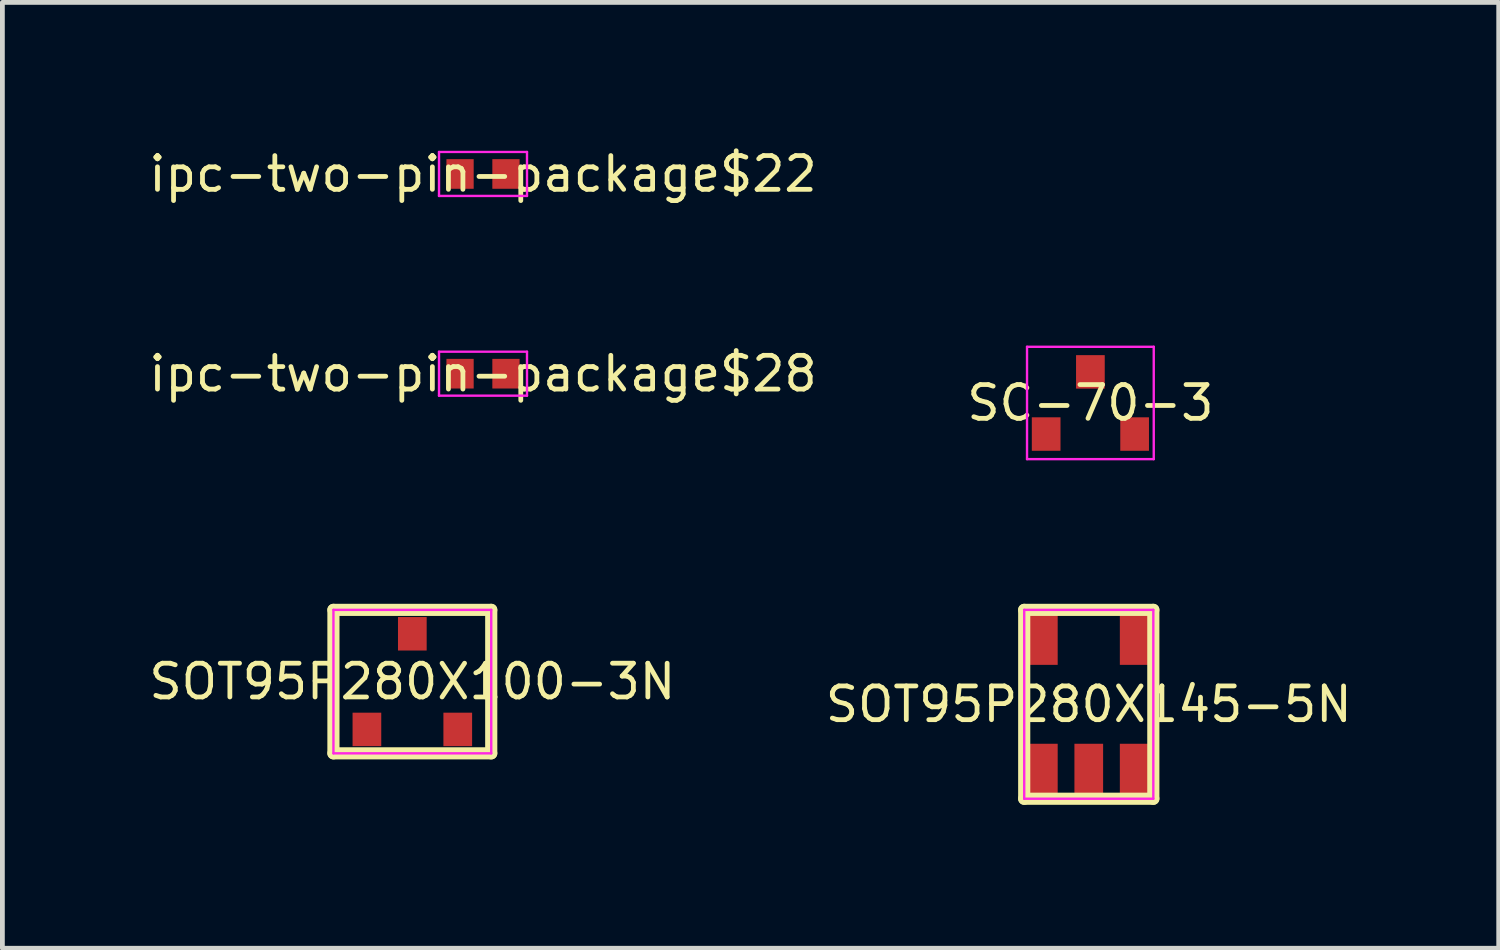
<source format=kicad_pcb>
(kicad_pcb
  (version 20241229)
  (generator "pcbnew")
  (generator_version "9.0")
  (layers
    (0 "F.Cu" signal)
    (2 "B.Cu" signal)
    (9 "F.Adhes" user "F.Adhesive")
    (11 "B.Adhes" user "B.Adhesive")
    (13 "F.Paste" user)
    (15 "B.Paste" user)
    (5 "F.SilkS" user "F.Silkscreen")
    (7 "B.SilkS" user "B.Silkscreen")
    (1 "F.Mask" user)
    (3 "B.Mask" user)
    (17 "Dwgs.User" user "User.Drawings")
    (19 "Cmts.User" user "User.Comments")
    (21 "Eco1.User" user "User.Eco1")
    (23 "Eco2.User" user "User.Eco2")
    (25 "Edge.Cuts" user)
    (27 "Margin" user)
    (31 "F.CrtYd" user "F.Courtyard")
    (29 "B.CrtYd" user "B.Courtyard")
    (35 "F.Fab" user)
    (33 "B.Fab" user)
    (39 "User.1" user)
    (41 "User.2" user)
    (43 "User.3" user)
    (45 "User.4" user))
  (footprint "ipc-two-pin-package$22"
    (layer "F.Cu")
    (at 7.051 0.588)
    (property "Reference" "ipc-two-pin-package$22" (at 0 0 0) (layer "F.SilkS") (effects (font (size 0.706 0.706) (thickness 0.1))))
    (attr through_hole)
    (fp_poly (pts (xy -0.765 0.31) (xy -0.195 0.31) (xy -0.195 -0.31) (xy -0.765 -0.31)) (stroke (width 0) (type solid)) (fill yes) (layer "F.Mask"))
    (fp_poly (pts (xy 0.195 0.31) (xy 0.765 0.31) (xy 0.765 -0.31) (xy 0.195 -0.31)) (stroke (width 0) (type solid)) (fill yes) (layer "F.Mask"))
    (fp_poly (pts (xy -0.765 0.31) (xy -0.195 0.31) (xy -0.195 -0.31) (xy -0.765 -0.31)) (stroke (width 0) (type solid)) (fill yes) (layer "F.Paste"))
    (fp_poly (pts (xy 0.195 0.31) (xy 0.765 0.31) (xy 0.765 -0.31) (xy 0.195 -0.31)) (stroke (width 0) (type solid)) (fill yes) (layer "F.Paste"))
    (fp_line (start -0.92 -0.46) (end -0.92 0.46) (stroke (width 0.05) (type solid)) (layer "F.CrtYd"))
    (fp_line (start -0.92 0.46) (end 0.92 0.46) (stroke (width 0.05) (type solid)) (layer "F.CrtYd"))
    (fp_line (start 0.92 -0.46) (end -0.92 -0.46) (stroke (width 0.05) (type solid)) (layer "F.CrtYd"))
    (fp_line (start 0.92 0.46) (end 0.92 -0.46) (stroke (width 0.05) (type solid)) (layer "F.CrtYd"))
    (pad "1" smd rect (at -0.48 0) (size 0.57 0.62) (layers "F.Cu"))
    (pad "2" smd rect (at 0.48 0) (size 0.57 0.62) (layers "F.Cu")))
  (footprint "SC-70-3"
    (layer "F.Cu")
    (at 19.753 5.377)
    (property "Reference" "SC-70-3" (at 0 0 0) (layer "F.SilkS") (effects (font (size 0.706 0.706) (thickness 0.1))))
    (attr through_hole)
    (fp_poly (pts (xy -1.225 1) (xy -0.625 1) (xy -0.625 0.3) (xy -1.225 0.3)) (stroke (width 0) (type solid)) (fill yes) (layer "F.Mask"))
    (fp_poly (pts (xy -0.3 -0.3) (xy 0.3 -0.3) (xy 0.3 -1) (xy -0.3 -1)) (stroke (width 0) (type solid)) (fill yes) (layer "F.Mask"))
    (fp_poly (pts (xy 0.625 1) (xy 1.225 1) (xy 1.225 0.3) (xy 0.625 0.3)) (stroke (width 0) (type solid)) (fill yes) (layer "F.Mask"))
    (fp_poly (pts (xy -1.225 1) (xy -0.625 1) (xy -0.625 0.3) (xy -1.225 0.3)) (stroke (width 0) (type solid)) (fill yes) (layer "F.Paste"))
    (fp_poly (pts (xy -0.3 -0.3) (xy 0.3 -0.3) (xy 0.3 -1) (xy -0.3 -1)) (stroke (width 0) (type solid)) (fill yes) (layer "F.Paste"))
    (fp_poly (pts (xy 0.625 1) (xy 1.225 1) (xy 1.225 0.3) (xy 0.625 0.3)) (stroke (width 0) (type solid)) (fill yes) (layer "F.Paste"))
    (fp_line (start -1.325 -1.175) (end -1.325 1.175) (stroke (width 0.05) (type solid)) (layer "F.CrtYd"))
    (fp_line (start -1.325 1.175) (end 1.325 1.175) (stroke (width 0.05) (type solid)) (layer "F.CrtYd"))
    (fp_line (start 1.325 -1.175) (end -1.325 -1.175) (stroke (width 0.05) (type solid)) (layer "F.CrtYd"))
    (fp_line (start 1.325 1.175) (end 1.325 -1.175) (stroke (width 0.05) (type solid)) (layer "F.CrtYd"))
    (pad "1" smd rect (at -0.925 0.65) (size 0.6 0.7) (layers "F.Cu"))
    (pad "2" smd rect (at 0.925 0.65) (size 0.6 0.7) (layers "F.Cu"))
    (pad "3" smd rect (at 0 -0.65) (size 0.6 0.7) (layers "F.Cu")))
  (footprint "ipc-two-pin-package$28"
    (layer "F.Cu")
    (at 7.051 4.765)
    (property "Reference" "ipc-two-pin-package$28" (at 0 0 0) (layer "F.SilkS") (effects (font (size 0.706 0.706) (thickness 0.1))))
    (attr through_hole)
    (fp_poly (pts (xy -0.765 0.31) (xy -0.195 0.31) (xy -0.195 -0.31) (xy -0.765 -0.31)) (stroke (width 0) (type solid)) (fill yes) (layer "F.Mask"))
    (fp_poly (pts (xy 0.195 0.31) (xy 0.765 0.31) (xy 0.765 -0.31) (xy 0.195 -0.31)) (stroke (width 0) (type solid)) (fill yes) (layer "F.Mask"))
    (fp_poly (pts (xy -0.765 0.31) (xy -0.195 0.31) (xy -0.195 -0.31) (xy -0.765 -0.31)) (stroke (width 0) (type solid)) (fill yes) (layer "F.Paste"))
    (fp_poly (pts (xy 0.195 0.31) (xy 0.765 0.31) (xy 0.765 -0.31) (xy 0.195 -0.31)) (stroke (width 0) (type solid)) (fill yes) (layer "F.Paste"))
    (fp_line (start -0.92 -0.46) (end -0.92 0.46) (stroke (width 0.05) (type solid)) (layer "F.CrtYd"))
    (fp_line (start -0.92 0.46) (end 0.92 0.46) (stroke (width 0.05) (type solid)) (layer "F.CrtYd"))
    (fp_line (start 0.92 -0.46) (end -0.92 -0.46) (stroke (width 0.05) (type solid)) (layer "F.CrtYd"))
    (fp_line (start 0.92 0.46) (end 0.92 -0.46) (stroke (width 0.05) (type solid)) (layer "F.CrtYd"))
    (pad "1" smd rect (at -0.48 0) (size 0.57 0.62) (layers "F.Cu"))
    (pad "2" smd rect (at 0.48 0) (size 0.57 0.62) (layers "F.Cu")))
  (footprint "SOT95P280X100-3N"
    (layer "F.Cu")
    (at 5.573 11.204)
    (property "Reference" "SOT95P280X100-3N" (at 0 0 0) (layer "F.SilkS") (effects (font (size 0.706 0.706) (thickness 0.1))))
    (attr through_hole)
    (fp_poly (pts (xy -1.25 1.35) (xy -0.65 1.35) (xy -0.65 0.65) (xy -1.25 0.65)) (stroke (width 0) (type solid)) (fill yes) (layer "F.Mask"))
    (fp_poly (pts (xy -0.3 -0.65) (xy 0.3 -0.65) (xy 0.3 -1.35) (xy -0.3 -1.35)) (stroke (width 0) (type solid)) (fill yes) (layer "F.Mask"))
    (fp_poly (pts (xy 0.65 1.35) (xy 1.25 1.35) (xy 1.25 0.65) (xy 0.65 0.65)) (stroke (width 0) (type solid)) (fill yes) (layer "F.Mask"))
    (fp_line (start -1.65 -1.5) (end -1.65 1.5) (stroke (width 0.254) (type solid)) (layer "F.SilkS"))
    (fp_line (start -1.65 1.5) (end 1.65 1.5) (stroke (width 0.254) (type solid)) (layer "F.SilkS"))
    (fp_line (start 1.65 -1.5) (end -1.65 -1.5) (stroke (width 0.254) (type solid)) (layer "F.SilkS"))
    (fp_line (start 1.65 1.5) (end 1.65 -1.5) (stroke (width 0.254) (type solid)) (layer "F.SilkS"))
    (fp_poly (pts (xy -1.25 1.35) (xy -0.65 1.35) (xy -0.65 0.65) (xy -1.25 0.65)) (stroke (width 0) (type solid)) (fill yes) (layer "F.Paste"))
    (fp_poly (pts (xy -0.3 -0.65) (xy 0.3 -0.65) (xy 0.3 -1.35) (xy -0.3 -1.35)) (stroke (width 0) (type solid)) (fill yes) (layer "F.Paste"))
    (fp_poly (pts (xy 0.65 1.35) (xy 1.25 1.35) (xy 1.25 0.65) (xy 0.65 0.65)) (stroke (width 0) (type solid)) (fill yes) (layer "F.Paste"))
    (fp_line (start -1.65 -1.5) (end -1.65 1.5) (stroke (width 0.05) (type solid)) (layer "F.CrtYd"))
    (fp_line (start -1.65 1.5) (end 1.65 1.5) (stroke (width 0.05) (type solid)) (layer "F.CrtYd"))
    (fp_line (start 1.65 -1.5) (end -1.65 -1.5) (stroke (width 0.05) (type solid)) (layer "F.CrtYd"))
    (fp_line (start 1.65 1.5) (end 1.65 -1.5) (stroke (width 0.05) (type solid)) (layer "F.CrtYd"))
    (pad "1" smd rect (at -0.95 1) (size 0.6 0.7) (layers "F.Cu"))
    (pad "2" smd rect (at 0.95 1) (size 0.6 0.7) (layers "F.Cu"))
    (pad "3" smd rect (at 0 -1) (size 0.6 0.7) (layers "F.Cu")))
  (footprint "SOT95P280X145-5N"
    (layer "F.Cu")
    (at 19.719 11.679)
    (property "Reference" "SOT95P280X145-5N" (at 0 0 0) (layer "F.SilkS") (effects (font (size 0.706 0.706) (thickness 0.1))))
    (attr through_hole)
    (fp_poly (pts (xy -1.25 -0.825) (xy -0.65 -0.825) (xy -0.65 -1.875) (xy -1.25 -1.875)) (stroke (width 0) (type solid)) (fill yes) (layer "F.Mask"))
    (fp_poly (pts (xy -1.25 1.875) (xy -0.65 1.875) (xy -0.65 0.825) (xy -1.25 0.825)) (stroke (width 0) (type solid)) (fill yes) (layer "F.Mask"))
    (fp_poly (pts (xy -0.3 1.875) (xy 0.3 1.875) (xy 0.3 0.825) (xy -0.3 0.825)) (stroke (width 0) (type solid)) (fill yes) (layer "F.Mask"))
    (fp_poly (pts (xy 0.65 -0.825) (xy 1.25 -0.825) (xy 1.25 -1.875) (xy 0.65 -1.875)) (stroke (width 0) (type solid)) (fill yes) (layer "F.Mask"))
    (fp_poly (pts (xy 0.65 1.875) (xy 1.25 1.875) (xy 1.25 0.825) (xy 0.65 0.825)) (stroke (width 0) (type solid)) (fill yes) (layer "F.Mask"))
    (fp_line (start -1.35 -1.975) (end -1.35 1.975) (stroke (width 0.254) (type solid)) (layer "F.SilkS"))
    (fp_line (start -1.35 1.975) (end 1.35 1.975) (stroke (width 0.254) (type solid)) (layer "F.SilkS"))
    (fp_line (start 1.35 -1.975) (end -1.35 -1.975) (stroke (width 0.254) (type solid)) (layer "F.SilkS"))
    (fp_line (start 1.35 1.975) (end 1.35 -1.975) (stroke (width 0.254) (type solid)) (layer "F.SilkS"))
    (fp_poly (pts (xy -1.25 -0.825) (xy -0.65 -0.825) (xy -0.65 -1.875) (xy -1.25 -1.875)) (stroke (width 0) (type solid)) (fill yes) (layer "F.Paste"))
    (fp_poly (pts (xy -1.25 1.875) (xy -0.65 1.875) (xy -0.65 0.825) (xy -1.25 0.825)) (stroke (width 0) (type solid)) (fill yes) (layer "F.Paste"))
    (fp_poly (pts (xy -0.3 1.875) (xy 0.3 1.875) (xy 0.3 0.825) (xy -0.3 0.825)) (stroke (width 0) (type solid)) (fill yes) (layer "F.Paste"))
    (fp_poly (pts (xy 0.65 -0.825) (xy 1.25 -0.825) (xy 1.25 -1.875) (xy 0.65 -1.875)) (stroke (width 0) (type solid)) (fill yes) (layer "F.Paste"))
    (fp_poly (pts (xy 0.65 1.875) (xy 1.25 1.875) (xy 1.25 0.825) (xy 0.65 0.825)) (stroke (width 0) (type solid)) (fill yes) (layer "F.Paste"))
    (fp_line (start -1.35 -1.975) (end -1.35 1.975) (stroke (width 0.05) (type solid)) (layer "F.CrtYd"))
    (fp_line (start -1.35 1.975) (end 1.35 1.975) (stroke (width 0.05) (type solid)) (layer "F.CrtYd"))
    (fp_line (start 1.35 -1.975) (end -1.35 -1.975) (stroke (width 0.05) (type solid)) (layer "F.CrtYd"))
    (fp_line (start 1.35 1.975) (end 1.35 -1.975) (stroke (width 0.05) (type solid)) (layer "F.CrtYd"))
    (pad "1" smd rect (at -0.95 1.35) (size 0.6 1.05) (layers "F.Cu"))
    (pad "2" smd rect (at 0 1.35) (size 0.6 1.05) (layers "F.Cu"))
    (pad "3" smd rect (at 0.95 1.35) (size 0.6 1.05) (layers "F.Cu"))
    (pad "4" smd rect (at 0.95 -1.35) (size 0.6 1.05) (layers "F.Cu"))
    (pad "5" smd rect (at -0.95 -1.35) (size 0.6 1.05) (layers "F.Cu")))
  (gr_rect
    (start -3 -3)
    (end 28.292 16.781)
    (stroke (width 0.1) (type default))
    (fill no)
    (layer "Edge.Cuts")))
</source>
